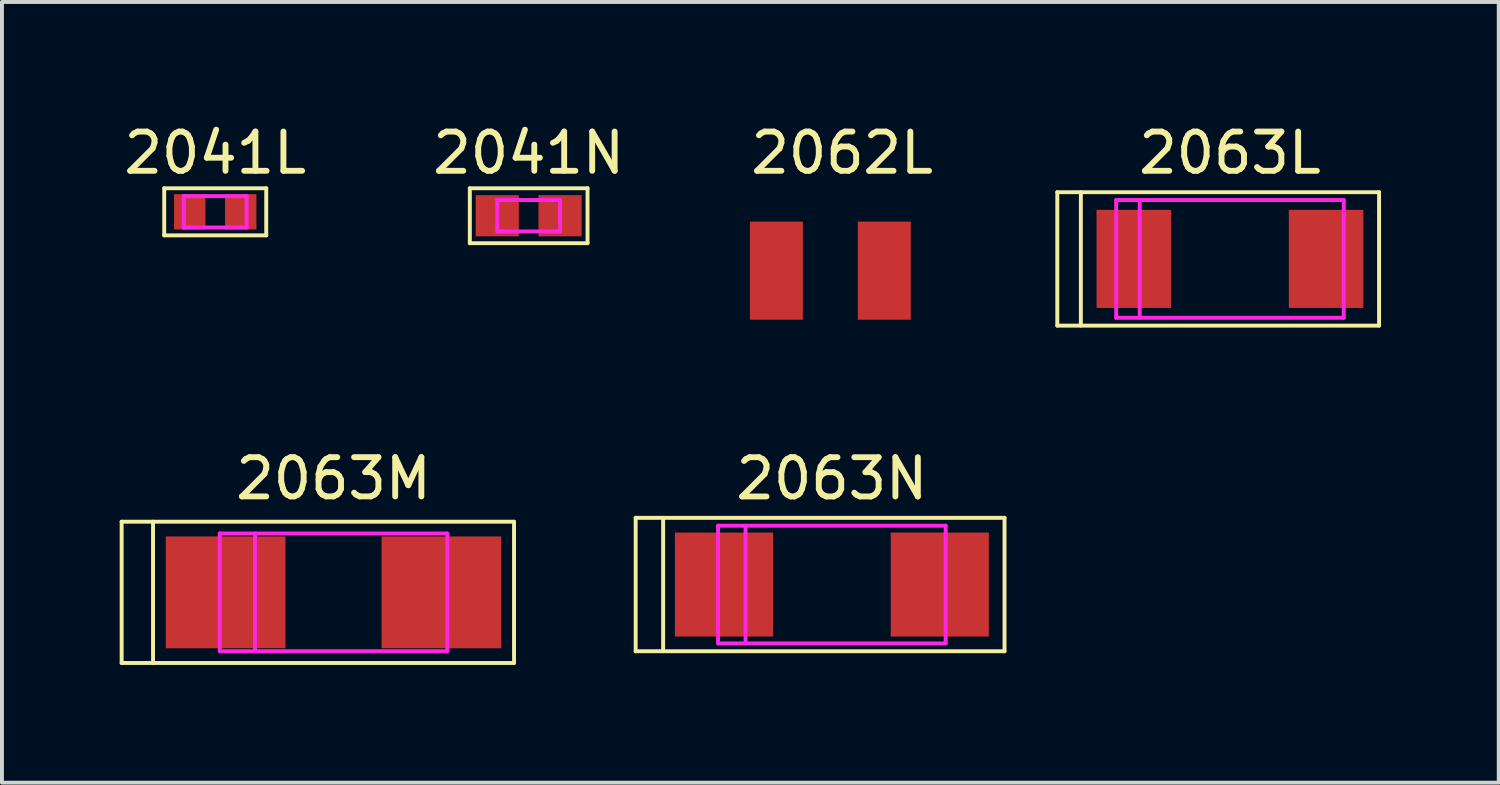
<source format=kicad_pcb>
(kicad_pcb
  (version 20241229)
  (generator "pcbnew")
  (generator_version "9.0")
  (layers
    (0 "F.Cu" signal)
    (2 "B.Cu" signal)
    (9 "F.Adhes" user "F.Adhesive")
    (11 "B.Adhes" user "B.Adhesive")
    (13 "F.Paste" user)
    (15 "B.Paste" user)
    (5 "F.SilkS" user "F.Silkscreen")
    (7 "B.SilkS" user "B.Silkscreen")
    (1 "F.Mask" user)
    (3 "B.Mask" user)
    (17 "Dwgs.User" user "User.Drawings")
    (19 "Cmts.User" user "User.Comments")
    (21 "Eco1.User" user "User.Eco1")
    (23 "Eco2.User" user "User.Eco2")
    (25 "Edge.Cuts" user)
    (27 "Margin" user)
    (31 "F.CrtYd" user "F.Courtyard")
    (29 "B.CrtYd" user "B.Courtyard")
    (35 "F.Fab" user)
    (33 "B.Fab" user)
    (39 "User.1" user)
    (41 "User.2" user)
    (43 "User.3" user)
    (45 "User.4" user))
  (footprint "2062L"
    (layer "F.Cu")
    (at 18.111 3.848)
    (property "Reference" "2062L" (at 0.3 -3 0) (layer "F.SilkS") (effects (font (size 1 1) (thickness 0.15))))
    (attr through_hole)
    (pad "1" smd rect (at -1.375 0) (size 1.35 2.5) (layers "F.Cu" "F.Mask"))
    (pad "2" smd rect (at 1.375 0) (size 1.35 2.5) (layers "F.Cu" "F.Mask")))
  (footprint "2063N"
    (layer "F.Cu")
    (at 18.15 11.847)
    (property "Reference" "2063N" (at 0 -2.7 0) (layer "F.SilkS") (effects (font (size 1 1) (thickness 0.15))))
    (attr through_hole)
    (fp_line (start -5 -1.7) (end 4.4 -1.7) (stroke (width 0.1) (type solid)) (layer "F.SilkS"))
    (fp_line (start -5 1.7) (end -5 -1.7) (stroke (width 0.1) (type solid)) (layer "F.SilkS"))
    (fp_line (start -4.3 -1.7) (end -4.3 1.7) (stroke (width 0.1) (type solid)) (layer "F.SilkS"))
    (fp_line (start 4.4 -1.7) (end 4.4 1.7) (stroke (width 0.1) (type solid)) (layer "F.SilkS"))
    (fp_line (start 4.4 1.7) (end -5 1.7) (stroke (width 0.1) (type solid)) (layer "F.SilkS"))
    (fp_line (start -3.5 -1.1) (end -3.5 1.1) (stroke (width 0.2) (type solid)) (layer "F.Paste"))
    (fp_line (start -3.5 -1.1) (end -1.7 -1.1) (stroke (width 0.2) (type solid)) (layer "F.Paste"))
    (fp_line (start -3.5 1.1) (end -1.7 1.1) (stroke (width 0.2) (type solid)) (layer "F.Paste"))
    (fp_line (start -3.3 1.1) (end -3.3 -1.1) (stroke (width 0.2) (type solid)) (layer "F.Paste"))
    (fp_line (start -3.1 -1.1) (end -3.1 1.1) (stroke (width 0.2) (type solid)) (layer "F.Paste"))
    (fp_line (start -2.9 1.1) (end -2.9 -1.1) (stroke (width 0.2) (type solid)) (layer "F.Paste"))
    (fp_line (start -2.7 1.1) (end -2.7 -1.1) (stroke (width 0.2) (type solid)) (layer "F.Paste"))
    (fp_line (start -2.5 -1.1) (end -2.5 1.1) (stroke (width 0.2) (type solid)) (layer "F.Paste"))
    (fp_line (start -2.5 0) (end -1.7 -1.1) (stroke (width 0.2) (type solid)) (layer "F.Paste"))
    (fp_line (start -2.5 0) (end -1.7 1.1) (stroke (width 0.2) (type solid)) (layer "F.Paste"))
    (fp_line (start -2.3 -1.1) (end -2.3 -0.3) (stroke (width 0.2) (type solid)) (layer "F.Paste"))
    (fp_line (start -2.3 1.1) (end -2.3 0.3) (stroke (width 0.2) (type solid)) (layer "F.Paste"))
    (fp_line (start -2.1 -1.1) (end -2.1 -0.6) (stroke (width 0.2) (type solid)) (layer "F.Paste"))
    (fp_line (start -2.1 -0.6) (end -1.9 -1.1) (stroke (width 0.2) (type solid)) (layer "F.Paste"))
    (fp_line (start -2.1 0.6) (end -1.9 1.1) (stroke (width 0.2) (type solid)) (layer "F.Paste"))
    (fp_line (start -2.1 1.1) (end -2.1 0.6) (stroke (width 0.2) (type solid)) (layer "F.Paste"))
    (fp_line (start 1.7 -1.1) (end 3.5 -1.1) (stroke (width 0.2) (type solid)) (layer "F.Paste"))
    (fp_line (start 1.7 1.1) (end 2.5 0) (stroke (width 0.2) (type solid)) (layer "F.Paste"))
    (fp_line (start 1.7 1.1) (end 3.5 1.1) (stroke (width 0.2) (type solid)) (layer "F.Paste"))
    (fp_line (start 2.1 -1.1) (end 2.1 -0.6) (stroke (width 0.2) (type solid)) (layer "F.Paste"))
    (fp_line (start 2.1 -0.6) (end 1.9 -1.1) (stroke (width 0.2) (type solid)) (layer "F.Paste"))
    (fp_line (start 2.1 0.6) (end 1.9 1.1) (stroke (width 0.2) (type solid)) (layer "F.Paste"))
    (fp_line (start 2.1 1.1) (end 2.1 0.6) (stroke (width 0.2) (type solid)) (layer "F.Paste"))
    (fp_line (start 2.3 -1.1) (end 2.3 -0.3) (stroke (width 0.2) (type solid)) (layer "F.Paste"))
    (fp_line (start 2.3 1.1) (end 2.3 0.3) (stroke (width 0.2) (type solid)) (layer "F.Paste"))
    (fp_line (start 2.5 -1.1) (end 2.5 1.1) (stroke (width 0.2) (type solid)) (layer "F.Paste"))
    (fp_line (start 2.5 0) (end 1.7 -1.1) (stroke (width 0.2) (type solid)) (layer "F.Paste"))
    (fp_line (start 2.7 1.1) (end 2.7 -1.1) (stroke (width 0.2) (type solid)) (layer "F.Paste"))
    (fp_line (start 2.9 -1) (end 2.9 1.1) (stroke (width 0.2) (type solid)) (layer "F.Paste"))
    (fp_line (start 3.1 1.1) (end 3.1 -1.1) (stroke (width 0.2) (type solid)) (layer "F.Paste"))
    (fp_line (start 3.3 -1.1) (end 3.3 1.1) (stroke (width 0.2) (type solid)) (layer "F.Paste"))
    (fp_line (start 3.5 1.1) (end 3.5 -1.1) (stroke (width 0.2) (type solid)) (layer "F.Paste"))
    (fp_line (start -2.9 -1.5) (end 2.9 -1.5) (stroke (width 0.1) (type solid)) (layer "F.CrtYd"))
    (fp_line (start -2.9 1.5) (end -2.9 -1.5) (stroke (width 0.1) (type solid)) (layer "F.CrtYd"))
    (fp_line (start -2.2 -1.5) (end -2.2 1.5) (stroke (width 0.1) (type solid)) (layer "F.CrtYd"))
    (fp_line (start 2.9 -1.5) (end 2.9 1.5) (stroke (width 0.1) (type solid)) (layer "F.CrtYd"))
    (fp_line (start 2.9 1.5) (end -2.9 1.5) (stroke (width 0.1) (type solid)) (layer "F.CrtYd"))
    (pad "1" smd rect (at -2.75 0) (size 2.5 2.65) (layers "F.Cu" "F.Mask"))
    (pad "2" smd rect (at 2.75 0) (size 2.5 2.65) (layers "F.Cu" "F.Mask")))
  (footprint "2063M"
    (layer "F.Cu")
    (at 5.45 12.046)
    (property "Reference" "2063M" (at 0 -2.9 0) (layer "F.SilkS") (effects (font (size 1 1) (thickness 0.15))))
    (attr through_hole)
    (fp_line (start -5.4 -1.8) (end 4.6 -1.8) (stroke (width 0.1) (type solid)) (layer "F.SilkS"))
    (fp_line (start -5.4 1.8) (end -5.4 -1.8) (stroke (width 0.1) (type solid)) (layer "F.SilkS"))
    (fp_line (start -4.6 -1.8) (end -4.6 1.8) (stroke (width 0.1) (type solid)) (layer "F.SilkS"))
    (fp_line (start 4.6 -1.8) (end 4.6 1.8) (stroke (width 0.1) (type solid)) (layer "F.SilkS"))
    (fp_line (start 4.6 1.8) (end -5.4 1.8) (stroke (width 0.1) (type solid)) (layer "F.SilkS"))
    (fp_line (start -2.9 -1.5) (end 2.9 -1.5) (stroke (width 0.1) (type solid)) (layer "F.CrtYd"))
    (fp_line (start -2.9 1.5) (end -2.9 -1.5) (stroke (width 0.1) (type solid)) (layer "F.CrtYd"))
    (fp_line (start -2 -1.5) (end -2 1.5) (stroke (width 0.1) (type solid)) (layer "F.CrtYd"))
    (fp_line (start 2.9 -1.5) (end 2.9 1.5) (stroke (width 0.1) (type solid)) (layer "F.CrtYd"))
    (fp_line (start 2.9 1.5) (end -2.9 1.5) (stroke (width 0.1) (type solid)) (layer "F.CrtYd"))
    (pad "1" smd rect (at -2.75 0) (size 3.05 2.85) (layers "F.Cu" "F.Mask"))
    (pad "2" smd rect (at 2.75 0) (size 3.05 2.85) (layers "F.Cu" "F.Mask")))
  (footprint "2041L"
    (layer "F.Cu")
    (at 2.435 2.348)
    (property "Reference" "2041L" (at 0 -1.5 0) (layer "F.SilkS") (effects (font (size 1 1) (thickness 0.15))))
    (attr through_hole)
    (fp_line (start -1.3 -0.6) (end -1.3 0.6) (stroke (width 0.1) (type solid)) (layer "F.SilkS"))
    (fp_line (start -1.3 0.6) (end 1.3 0.6) (stroke (width 0.1) (type solid)) (layer "F.SilkS"))
    (fp_line (start 1.3 -0.6) (end -1.3 -0.6) (stroke (width 0.1) (type solid)) (layer "F.SilkS"))
    (fp_line (start 1.3 0.6) (end 1.3 -0.6) (stroke (width 0.1) (type solid)) (layer "F.SilkS"))
    (fp_line (start -1 -0.3) (end -0.5 -0.3) (stroke (width 0.1) (type solid)) (layer "F.Paste"))
    (fp_line (start -1 0.3) (end -1 -0.3) (stroke (width 0.1) (type solid)) (layer "F.Paste"))
    (fp_line (start -0.9 -0.3) (end -0.9 0.3) (stroke (width 0.1) (type solid)) (layer "F.Paste"))
    (fp_line (start -0.8 0) (end -0.5 0.3) (stroke (width 0.1) (type solid)) (layer "F.Paste"))
    (fp_line (start -0.8 0.3) (end -0.8 -0.3) (stroke (width 0.1) (type solid)) (layer "F.Paste"))
    (fp_line (start -0.7 -0.3) (end -0.7 -0.1) (stroke (width 0.1) (type solid)) (layer "F.Paste"))
    (fp_line (start -0.7 -0.1) (end -0.6 -0.3) (stroke (width 0.1) (type solid)) (layer "F.Paste"))
    (fp_line (start -0.7 0.1) (end -0.6 0.3) (stroke (width 0.1) (type solid)) (layer "F.Paste"))
    (fp_line (start -0.7 0.3) (end -0.7 0.1) (stroke (width 0.1) (type solid)) (layer "F.Paste"))
    (fp_line (start -0.5 -0.3) (end -0.8 0) (stroke (width 0.1) (type solid)) (layer "F.Paste"))
    (fp_line (start -0.5 0.3) (end -1 0.3) (stroke (width 0.1) (type solid)) (layer "F.Paste"))
    (fp_line (start 0.5 -0.3) (end 0.8 0) (stroke (width 0.1) (type solid)) (layer "F.Paste"))
    (fp_line (start 0.5 0.3) (end 1 0.3) (stroke (width 0.1) (type solid)) (layer "F.Paste"))
    (fp_line (start 0.7 -0.3) (end 0.7 -0.1) (stroke (width 0.1) (type solid)) (layer "F.Paste"))
    (fp_line (start 0.7 -0.1) (end 0.6 -0.3) (stroke (width 0.1) (type solid)) (layer "F.Paste"))
    (fp_line (start 0.7 0.1) (end 0.6 0.3) (stroke (width 0.1) (type solid)) (layer "F.Paste"))
    (fp_line (start 0.7 0.3) (end 0.7 0.1) (stroke (width 0.1) (type solid)) (layer "F.Paste"))
    (fp_line (start 0.8 -0.3) (end 0.8 0.3) (stroke (width 0.1) (type solid)) (layer "F.Paste"))
    (fp_line (start 0.8 0) (end 0.5 0.3) (stroke (width 0.1) (type solid)) (layer "F.Paste"))
    (fp_line (start 0.9 0.3) (end 0.9 -0.3) (stroke (width 0.1) (type solid)) (layer "F.Paste"))
    (fp_line (start 1 -0.3) (end 0.5 -0.3) (stroke (width 0.1) (type solid)) (layer "F.Paste"))
    (fp_line (start 1 -0.3) (end 1 0.3) (stroke (width 0.1) (type solid)) (layer "F.Paste"))
    (fp_line (start -0.8 -0.4) (end 0.8 -0.4) (stroke (width 0.1) (type solid)) (layer "F.CrtYd"))
    (fp_line (start -0.8 0.4) (end -0.8 -0.4) (stroke (width 0.1) (type solid)) (layer "F.CrtYd"))
    (fp_line (start 0.8 -0.4) (end 0.8 0.4) (stroke (width 0.1) (type solid)) (layer "F.CrtYd"))
    (fp_line (start 0.8 0.4) (end -0.8 0.4) (stroke (width 0.1) (type solid)) (layer "F.CrtYd"))
    (pad "1" smd rect (at -0.65 0) (size 0.8 0.9) (layers "F.Cu" "F.Mask"))
    (pad "2" smd rect (at 0.65 0) (size 0.8 0.9) (layers "F.Cu" "F.Mask")))
  (footprint "2041N"
    (layer "F.Cu")
    (at 10.423 2.448)
    (property "Reference" "2041N" (at 0 -1.6 0) (layer "F.SilkS") (effects (font (size 1 1) (thickness 0.15))))
    (attr through_hole)
    (fp_line (start -1.5 -0.7) (end 1.5 -0.7) (stroke (width 0.1) (type solid)) (layer "F.SilkS"))
    (fp_line (start -1.5 0.7) (end -1.5 -0.7) (stroke (width 0.1) (type solid)) (layer "F.SilkS"))
    (fp_line (start 1.5 -0.7) (end 1.5 0.7) (stroke (width 0.1) (type solid)) (layer "F.SilkS"))
    (fp_line (start 1.5 0.7) (end -1.5 0.7) (stroke (width 0.1) (type solid)) (layer "F.SilkS"))
    (fp_line (start -1.2 -0.4) (end -1.2 0.4) (stroke (width 0.1) (type solid)) (layer "F.Paste"))
    (fp_line (start -1.2 0.4) (end -0.5 0.4) (stroke (width 0.1) (type solid)) (layer "F.Paste"))
    (fp_line (start -1.1 -0.4) (end -1.1 0.4) (stroke (width 0.1) (type solid)) (layer "F.Paste"))
    (fp_line (start -1 0.4) (end -1 -0.4) (stroke (width 0.1) (type solid)) (layer "F.Paste"))
    (fp_line (start -0.9 -0.4) (end -0.9 0.4) (stroke (width 0.1) (type solid)) (layer "F.Paste"))
    (fp_line (start -0.9 0.4) (end -0.8 0.4) (stroke (width 0.1) (type solid)) (layer "F.Paste"))
    (fp_line (start -0.8 0) (end -0.5 -0.4) (stroke (width 0.1) (type solid)) (layer "F.Paste"))
    (fp_line (start -0.8 0.4) (end -0.8 -0.4) (stroke (width 0.1) (type solid)) (layer "F.Paste"))
    (fp_line (start -0.7 -0.4) (end -0.8 -0.1) (stroke (width 0.1) (type solid)) (layer "F.Paste"))
    (fp_line (start -0.7 0.4) (end -0.8 0.1) (stroke (width 0.1) (type solid)) (layer "F.Paste"))
    (fp_line (start -0.6 -0.4) (end -0.7 -0.2) (stroke (width 0.1) (type solid)) (layer "F.Paste"))
    (fp_line (start -0.6 0.4) (end -0.7 0.2) (stroke (width 0.1) (type solid)) (layer "F.Paste"))
    (fp_line (start -0.5 -0.4) (end -1.2 -0.4) (stroke (width 0.1) (type solid)) (layer "F.Paste"))
    (fp_line (start -0.5 0.4) (end -0.8 0) (stroke (width 0.1) (type solid)) (layer "F.Paste"))
    (fp_line (start 0.5 -0.4) (end 0.8 0) (stroke (width 0.1) (type solid)) (layer "F.Paste"))
    (fp_line (start 0.5 -0.4) (end 1.2 -0.4) (stroke (width 0.1) (type solid)) (layer "F.Paste"))
    (fp_line (start 0.5 0.4) (end 0.8 0) (stroke (width 0.1) (type solid)) (layer "F.Paste"))
    (fp_line (start 0.5 0.4) (end 1.2 0.4) (stroke (width 0.1) (type solid)) (layer "F.Paste"))
    (fp_line (start 0.6 -0.4) (end 0.7 -0.2) (stroke (width 0.1) (type solid)) (layer "F.Paste"))
    (fp_line (start 0.6 0.4) (end 0.7 0.2) (stroke (width 0.1) (type solid)) (layer "F.Paste"))
    (fp_line (start 0.7 -0.4) (end 0.8 -0.1) (stroke (width 0.1) (type solid)) (layer "F.Paste"))
    (fp_line (start 0.7 0.4) (end 0.8 0.1) (stroke (width 0.1) (type solid)) (layer "F.Paste"))
    (fp_line (start 0.8 -0.4) (end 0.8 0.4) (stroke (width 0.1) (type solid)) (layer "F.Paste"))
    (fp_line (start 0.9 0.4) (end 0.9 -0.4) (stroke (width 0.1) (type solid)) (layer "F.Paste"))
    (fp_line (start 1 -0.4) (end 1 0.4) (stroke (width 0.1) (type solid)) (layer "F.Paste"))
    (fp_line (start 1.1 0.4) (end 1.1 -0.4) (stroke (width 0.1) (type solid)) (layer "F.Paste"))
    (fp_line (start 1.2 -0.4) (end 1.2 0.4) (stroke (width 0.1) (type solid)) (layer "F.Paste"))
    (fp_line (start -0.8 -0.4) (end 0.8 -0.4) (stroke (width 0.1) (type solid)) (layer "F.CrtYd"))
    (fp_line (start -0.8 0.4) (end -0.8 -0.4) (stroke (width 0.1) (type solid)) (layer "F.CrtYd"))
    (fp_line (start 0.8 -0.4) (end 0.8 0.4) (stroke (width 0.1) (type solid)) (layer "F.CrtYd"))
    (fp_line (start 0.8 0.4) (end -0.8 0.4) (stroke (width 0.1) (type solid)) (layer "F.CrtYd"))
    (pad "1" smd rect (at -0.8 0) (size 1.1 1.05) (layers "F.Cu" "F.Mask"))
    (pad "2" smd rect (at 0.8 0) (size 1.1 1.05) (layers "F.Cu" "F.Mask")))
  (footprint "2063L"
    (layer "F.Cu")
    (at 28.295 3.548)
    (property "Reference" "2063L" (at 0 -2.7 0) (layer "F.SilkS") (effects (font (size 1 1) (thickness 0.15))))
    (attr through_hole)
    (fp_line (start -4.4 -1.7) (end -4.4 1.7) (stroke (width 0.1) (type solid)) (layer "F.SilkS"))
    (fp_line (start -4.4 1.7) (end 3.8 1.7) (stroke (width 0.1) (type solid)) (layer "F.SilkS"))
    (fp_line (start -3.8 1.7) (end -3.8 -1.7) (stroke (width 0.1) (type solid)) (layer "F.SilkS"))
    (fp_line (start 3.8 -1.7) (end -4.4 -1.7) (stroke (width 0.1) (type solid)) (layer "F.SilkS"))
    (fp_line (start 3.8 -1.7) (end 3.8 1.7) (stroke (width 0.1) (type solid)) (layer "F.SilkS"))
    (fp_line (start -3.2 -1.1) (end -3.2 1.1) (stroke (width 0.2) (type solid)) (layer "F.Paste"))
    (fp_line (start -3.2 1.1) (end -1.7 1.1) (stroke (width 0.2) (type solid)) (layer "F.Paste"))
    (fp_line (start -3 -1.1) (end -3 1.1) (stroke (width 0.2) (type solid)) (layer "F.Paste"))
    (fp_line (start -2.8 -1.1) (end -2.8 1.1) (stroke (width 0.2) (type solid)) (layer "F.Paste"))
    (fp_line (start -2.6 -1.1) (end -2.6 1.1) (stroke (width 0.2) (type solid)) (layer "F.Paste"))
    (fp_line (start -2.5 -1.1) (end -2.5 1.1) (stroke (width 0.2) (type solid)) (layer "F.Paste"))
    (fp_line (start -2.5 0) (end -1.7 -1.1) (stroke (width 0.2) (type solid)) (layer "F.Paste"))
    (fp_line (start -2.3 -1.1) (end -2.3 -0.3) (stroke (width 0.2) (type solid)) (layer "F.Paste"))
    (fp_line (start -2.3 1.1) (end -2.3 0.3) (stroke (width 0.2) (type solid)) (layer "F.Paste"))
    (fp_line (start -2.2 -0.6) (end -2.1 -1.1) (stroke (width 0.2) (type solid)) (layer "F.Paste"))
    (fp_line (start -2.2 0.6) (end -1.9 1.1) (stroke (width 0.2) (type solid)) (layer "F.Paste"))
    (fp_line (start -2.1 1.1) (end -2.2 0.6) (stroke (width 0.2) (type solid)) (layer "F.Paste"))
    (fp_line (start -1.9 -1.1) (end -2.2 -0.6) (stroke (width 0.2) (type solid)) (layer "F.Paste"))
    (fp_line (start -1.7 -1.1) (end -3.2 -1.1) (stroke (width 0.2) (type solid)) (layer "F.Paste"))
    (fp_line (start -1.7 1.1) (end -2.5 0) (stroke (width 0.2) (type solid)) (layer "F.Paste"))
    (fp_line (start 1.7 -1.1) (end 3.2 -1.1) (stroke (width 0.2) (type solid)) (layer "F.Paste"))
    (fp_line (start 1.7 1.1) (end 2.5 0) (stroke (width 0.2) (type solid)) (layer "F.Paste"))
    (fp_line (start 1.9 1.1) (end 2.2 0.6) (stroke (width 0.2) (type solid)) (layer "F.Paste"))
    (fp_line (start 2.1 -1.1) (end 2.1 -0.6) (stroke (width 0.2) (type solid)) (layer "F.Paste"))
    (fp_line (start 2.1 -0.6) (end 1.9 -1.1) (stroke (width 0.2) (type solid)) (layer "F.Paste"))
    (fp_line (start 2.2 0.6) (end 2.1 1.1) (stroke (width 0.2) (type solid)) (layer "F.Paste"))
    (fp_line (start 2.3 -1.1) (end 2.3 -0.3) (stroke (width 0.2) (type solid)) (layer "F.Paste"))
    (fp_line (start 2.3 1.1) (end 2.3 0.3) (stroke (width 0.2) (type solid)) (layer "F.Paste"))
    (fp_line (start 2.5 0) (end 1.7 -1.1) (stroke (width 0.2) (type solid)) (layer "F.Paste"))
    (fp_line (start 2.5 1.1) (end 2.5 -1.1) (stroke (width 0.2) (type solid)) (layer "F.Paste"))
    (fp_line (start 2.6 1.1) (end 2.6 -1.1) (stroke (width 0.2) (type solid)) (layer "F.Paste"))
    (fp_line (start 2.8 -1.1) (end 2.8 1.1) (stroke (width 0.2) (type solid)) (layer "F.Paste"))
    (fp_line (start 3 1.1) (end 3 -1.1) (stroke (width 0.2) (type solid)) (layer "F.Paste"))
    (fp_line (start 3.2 -1.1) (end 3.2 1.1) (stroke (width 0.2) (type solid)) (layer "F.Paste"))
    (fp_line (start 3.2 1.1) (end 1.7 1.1) (stroke (width 0.2) (type solid)) (layer "F.Paste"))
    (fp_line (start -2.9 -1.5) (end -2.9 1.5) (stroke (width 0.1) (type solid)) (layer "F.CrtYd"))
    (fp_line (start -2.9 1.5) (end 2.9 1.5) (stroke (width 0.1) (type solid)) (layer "F.CrtYd"))
    (fp_line (start -2.3 1.5) (end -2.3 -1.5) (stroke (width 0.1) (type solid)) (layer "F.CrtYd"))
    (fp_line (start 2.9 -1.5) (end -2.9 -1.5) (stroke (width 0.1) (type solid)) (layer "F.CrtYd"))
    (fp_line (start 2.9 1.5) (end 2.9 -1.5) (stroke (width 0.1) (type solid)) (layer "F.CrtYd"))
    (pad "1" smd rect (at -2.45 0) (size 1.9 2.5) (layers "F.Cu" "F.Mask"))
    (pad "2" smd rect (at 2.45 0) (size 1.9 2.5) (layers "F.Cu" "F.Mask")))
  (gr_rect
    (start -3 -3)
    (end 35.145 16.896)
    (stroke (width 0.1) (type default))
    (fill no)
    (layer "Edge.Cuts")))
</source>
